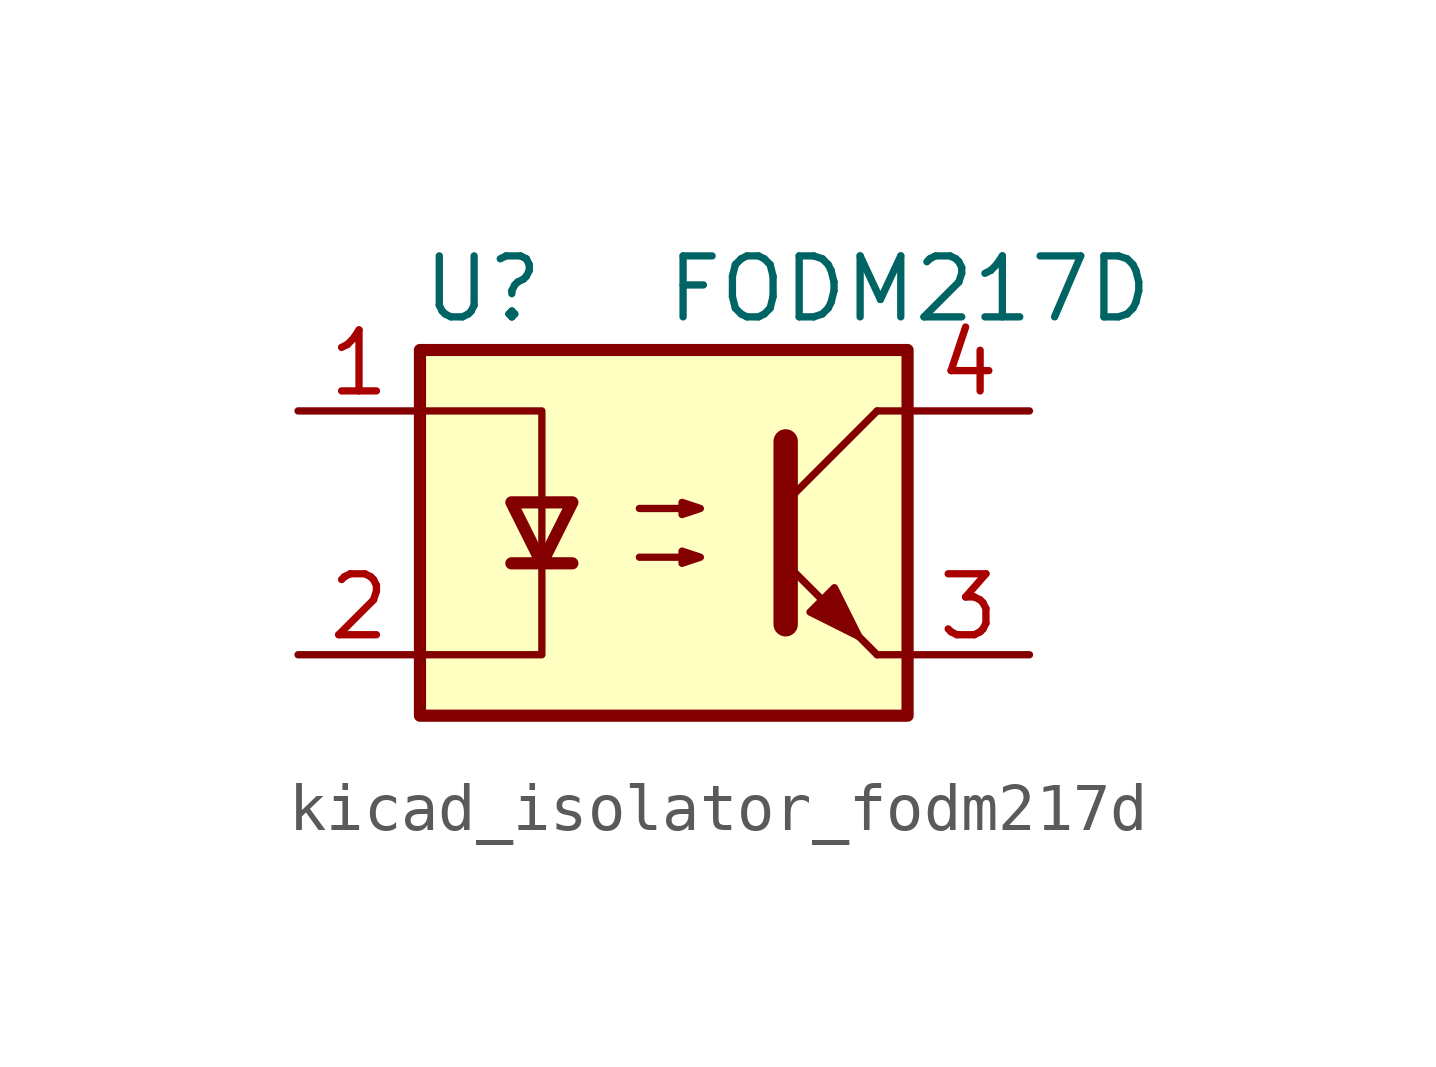
<source format=kicad_sym>
(kicad_symbol_lib
  (version 20220914)
  (generator kicad_symbol_editor)
  (symbol "kicad_isolator_fodm217d"
    (property "Reference" "U"
      (at -5.08 5.08 0)
      (effects (font (size 1.27 1.27)) (justify left)))
    (property "Value" "FODM217D"
      (at 0 5.08 0)
      (effects (font (size 1.27 1.27)) (justify left)))
    (symbol "kicad_isolator_fodm217d_0_1"
      (rectangle (start -5.08 3.81) (end 5.08 -3.81) (stroke (width 0.254) (type default)) (fill (type background)))
      (polyline (pts (xy -3.175 -0.635) (xy -1.905 -0.635)) (stroke (width 0.254) (type default)) (fill (type none)))
      (polyline (pts (xy 2.54 0.635) (xy 4.445 2.54)) (stroke (width 0) (type default)) (fill (type none)))
      (polyline (pts (xy 4.445 -2.54) (xy 2.54 -0.635)) (stroke (width 0) (type default)) (fill (type outline)))
      (polyline (pts (xy 4.445 -2.54) (xy 5.08 -2.54)) (stroke (width 0) (type default)) (fill (type none)))
      (polyline (pts (xy 4.445 2.54) (xy 5.08 2.54)) (stroke (width 0) (type default)) (fill (type none)))
      (polyline (pts (xy -5.08 2.54) (xy -2.54 2.54) (xy -2.54 -0.635)) (stroke (width 0) (type default)) (fill (type none)))
      (polyline (pts (xy -2.54 -0.635) (xy -2.54 -2.54) (xy -5.08 -2.54)) (stroke (width 0) (type default)) (fill (type none)))
      (polyline (pts (xy 2.54 1.905) (xy 2.54 -1.905) (xy 2.54 -1.905)) (stroke (width 0.508) (type default)) (fill (type none)))
      (polyline (pts (xy -2.54 -0.635) (xy -3.175 0.635) (xy -1.905 0.635) (xy -2.54 -0.635)) (stroke (width 0.254) (type default)) (fill (type none)))
      (polyline (pts (xy -0.508 -0.508) (xy 0.762 -0.508) (xy 0.381 -0.635) (xy 0.381 -0.381) (xy 0.762 -0.508)) (stroke (width 0) (type default)) (fill (type none)))
      (polyline (pts (xy -0.508 0.508) (xy 0.762 0.508) (xy 0.381 0.381) (xy 0.381 0.635) (xy 0.762 0.508)) (stroke (width 0) (type default)) (fill (type none)))
      (polyline (pts (xy 3.048 -1.651) (xy 3.556 -1.143) (xy 4.064 -2.159) (xy 3.048 -1.651) (xy 3.048 -1.651)) (stroke (width 0) (type default)) (fill (type outline))))
    (symbol "kicad_isolator_fodm217d_1_1"
      (pin passive line (at -7.62 2.54 0) (length 2.54) (name "~" (effects (font (size 1.27 1.27)))) (number "1" (effects (font (size 1.27 1.27)))))
      (pin passive line (at -7.62 -2.54 0) (length 2.54) (name "~" (effects (font (size 1.27 1.27)))) (number "2" (effects (font (size 1.27 1.27)))))
      (pin passive line (at 7.62 -2.54 180) (length 2.54) (name "~" (effects (font (size 1.27 1.27)))) (number "3" (effects (font (size 1.27 1.27)))))
      (pin passive line (at 7.62 2.54 180) (length 2.54) (name "~" (effects (font (size 1.27 1.27)))) (number "4" (effects (font (size 1.27 1.27))))))))
</source>
